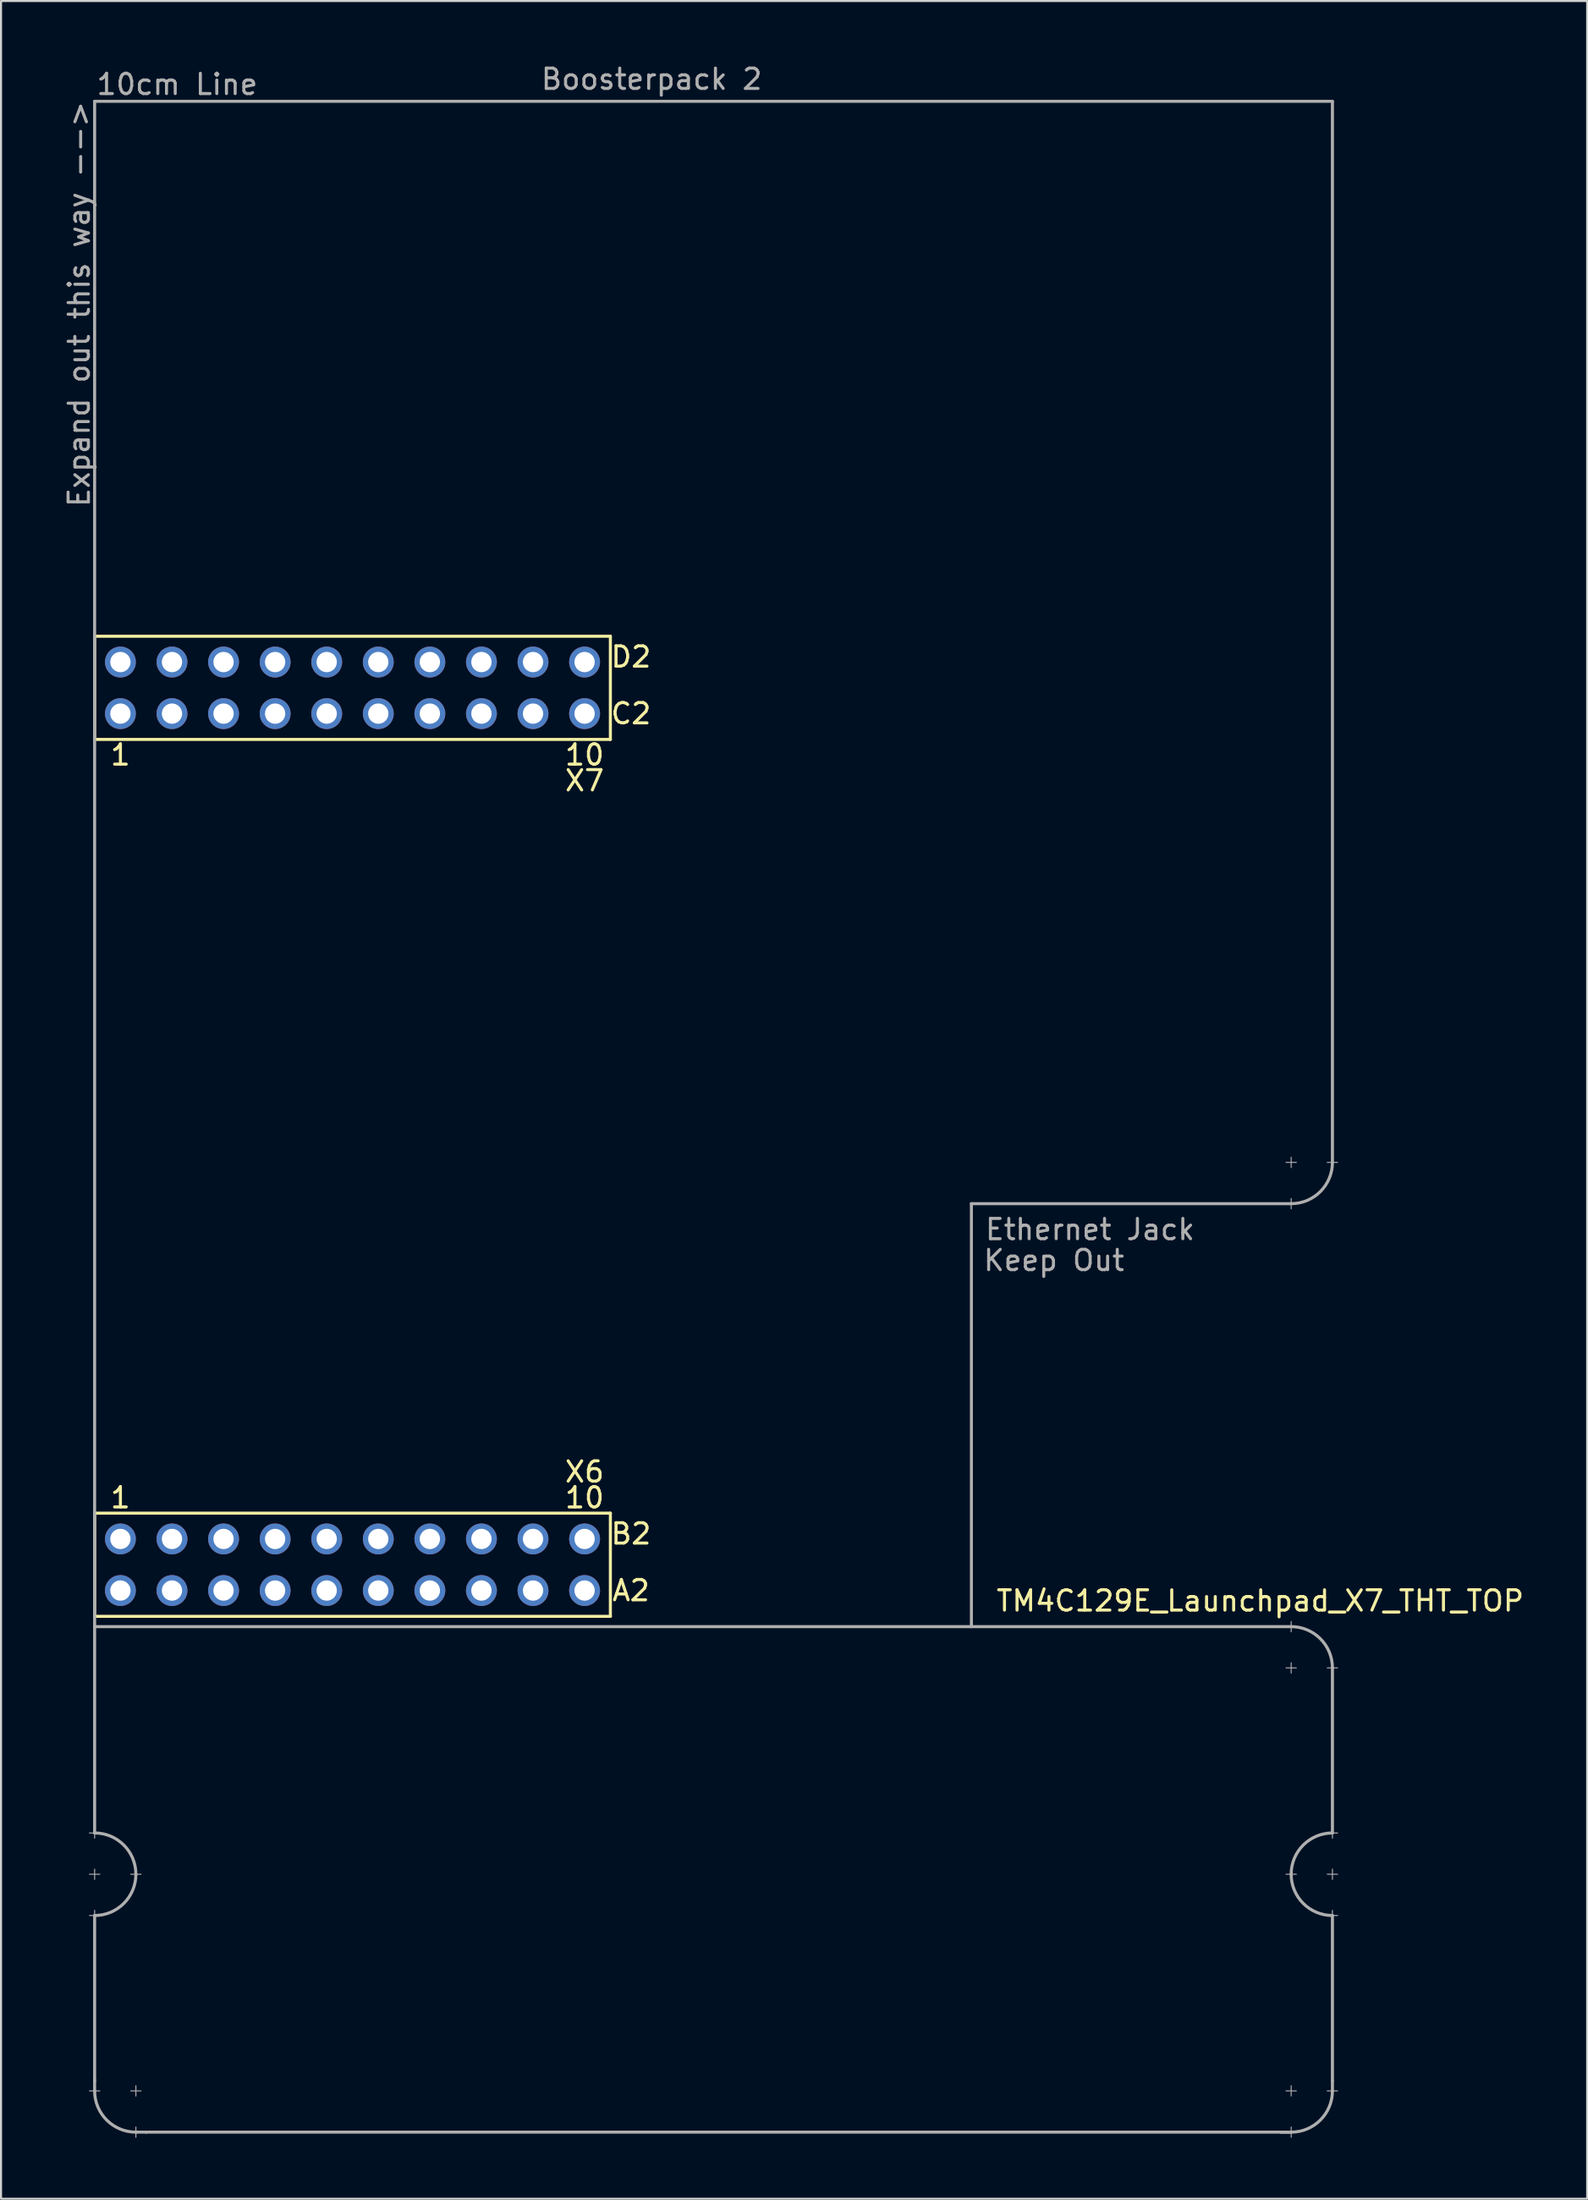
<source format=kicad_pcb>
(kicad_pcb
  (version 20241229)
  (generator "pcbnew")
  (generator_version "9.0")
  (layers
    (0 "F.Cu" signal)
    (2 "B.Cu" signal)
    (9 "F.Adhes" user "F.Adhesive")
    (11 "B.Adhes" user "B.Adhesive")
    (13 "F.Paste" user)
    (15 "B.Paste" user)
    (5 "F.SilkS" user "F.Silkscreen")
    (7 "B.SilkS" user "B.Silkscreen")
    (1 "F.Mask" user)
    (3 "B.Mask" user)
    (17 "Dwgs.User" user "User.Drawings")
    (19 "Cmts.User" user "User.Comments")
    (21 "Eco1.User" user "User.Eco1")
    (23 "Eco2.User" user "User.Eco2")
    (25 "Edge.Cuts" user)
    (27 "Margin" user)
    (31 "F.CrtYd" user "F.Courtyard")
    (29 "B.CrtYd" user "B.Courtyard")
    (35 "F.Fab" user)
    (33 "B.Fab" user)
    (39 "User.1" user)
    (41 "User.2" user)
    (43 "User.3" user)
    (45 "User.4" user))
  (footprint "TM4C129E_Launchpad_X7_THT_TOP"
    (layer "F.Cu")
    (at 1.61 76.54)
    (property "Reference" "TM4C129E_Launchpad_X7_THT_TOP" (at 57.404 -0.762 180) (layer "F.SilkS") (effects (font (size 1 1) (thickness 0.15))))
    (attr through_hole)
    (fp_line (start 0 -48.26) (end 0 -43.18) (stroke (width 0.15) (type solid)) (layer "F.SilkS"))
    (fp_line (start 0 -43.18) (end 25.4 -43.18) (stroke (width 0.15) (type solid)) (layer "F.SilkS"))
    (fp_line (start 0 -5.08) (end 0 0) (stroke (width 0.15) (type solid)) (layer "F.SilkS"))
    (fp_line (start 0 0) (end 25.4 0) (stroke (width 0.15) (type solid)) (layer "F.SilkS"))
    (fp_line (start 25.4 -48.26) (end 0 -48.26) (stroke (width 0.15) (type solid)) (layer "F.SilkS"))
    (fp_line (start 25.4 -43.18) (end 25.4 -48.26) (stroke (width 0.15) (type solid)) (layer "F.SilkS"))
    (fp_line (start 25.4 -5.08) (end 0 -5.08) (stroke (width 0.15) (type solid)) (layer "F.SilkS"))
    (fp_line (start 25.4 0) (end 25.4 -5.08) (stroke (width 0.15) (type solid)) (layer "F.SilkS"))
    (fp_line (start 0 -74.6) (end 60.96 -74.6) (stroke (width 0.15) (type solid)) (layer "F.Fab"))
    (fp_line (start 0 0) (end 0 -74.6) (stroke (width 0.15) (type solid)) (layer "F.Fab"))
    (fp_line (start 0 0) (end 0 10.668) (stroke (width 0.15) (type solid)) (layer "F.Fab"))
    (fp_line (start 0 0.508) (end 58.928 0.508) (stroke (width 0.15) (type solid)) (layer "F.Fab"))
    (fp_line (start 0 10.922) (end 0 10.414) (stroke (width 0.05) (type solid)) (layer "F.Fab"))
    (fp_line (start 0 12.954) (end 0 12.446) (stroke (width 0.05) (type solid)) (layer "F.Fab"))
    (fp_line (start 0 14.732) (end 0 22.86) (stroke (width 0.15) (type solid)) (layer "F.Fab"))
    (fp_line (start 0 14.986) (end 0 14.478) (stroke (width 0.05) (type solid)) (layer "F.Fab"))
    (fp_line (start 0 23.368) (end 0 22.835) (stroke (width 0.15) (type solid)) (layer "F.Fab"))
    (fp_line (start 0.254 10.668) (end -0.254 10.668) (stroke (width 0.05) (type solid)) (layer "F.Fab"))
    (fp_line (start 0.254 12.7) (end -0.254 12.7) (stroke (width 0.05) (type solid)) (layer "F.Fab"))
    (fp_line (start 0.254 14.732) (end -0.254 14.732) (stroke (width 0.05) (type solid)) (layer "F.Fab"))
    (fp_line (start 0.254 23.368) (end -0.254 23.368) (stroke (width 0.05) (type solid)) (layer "F.Fab"))
    (fp_line (start 2.032 23.622) (end 2.032 23.114) (stroke (width 0.05) (type solid)) (layer "F.Fab"))
    (fp_line (start 2.032 25.4) (end 2.54 25.4) (stroke (width 0.15) (type solid)) (layer "F.Fab"))
    (fp_line (start 2.032 25.654) (end 2.032 25.146) (stroke (width 0.05) (type solid)) (layer "F.Fab"))
    (fp_line (start 2.286 12.7) (end 1.778 12.7) (stroke (width 0.05) (type solid)) (layer "F.Fab"))
    (fp_line (start 2.286 23.368) (end 1.778 23.368) (stroke (width 0.05) (type solid)) (layer "F.Fab"))
    (fp_line (start 43.18 -20.32) (end 43.18 0.508) (stroke (width 0.15) (type solid)) (layer "F.Fab"))
    (fp_line (start 58.42 25.4) (end 58.928 25.4) (stroke (width 0.15) (type solid)) (layer "F.Fab"))
    (fp_line (start 58.674 -22.352) (end 59.182 -22.352) (stroke (width 0.05) (type solid)) (layer "F.Fab"))
    (fp_line (start 58.928 -22.098) (end 58.928 -22.606) (stroke (width 0.05) (type solid)) (layer "F.Fab"))
    (fp_line (start 58.928 -20.32) (end 43.18 -20.32) (stroke (width 0.15) (type solid)) (layer "F.Fab"))
    (fp_line (start 58.928 -20.066) (end 58.928 -20.574) (stroke (width 0.05) (type solid)) (layer "F.Fab"))
    (fp_line (start 58.928 0.762) (end 58.928 0.254) (stroke (width 0.05) (type solid)) (layer "F.Fab"))
    (fp_line (start 58.928 2.794) (end 58.928 2.286) (stroke (width 0.05) (type solid)) (layer "F.Fab"))
    (fp_line (start 58.928 23.622) (end 58.928 23.114) (stroke (width 0.05) (type solid)) (layer "F.Fab"))
    (fp_line (start 58.928 25.4) (end 2.54 25.4) (stroke (width 0.15) (type solid)) (layer "F.Fab"))
    (fp_line (start 58.928 25.654) (end 58.928 25.146) (stroke (width 0.05) (type solid)) (layer "F.Fab"))
    (fp_line (start 59.182 2.54) (end 58.674 2.54) (stroke (width 0.05) (type solid)) (layer "F.Fab"))
    (fp_line (start 59.182 12.7) (end 58.674 12.7) (stroke (width 0.05) (type solid)) (layer "F.Fab"))
    (fp_line (start 59.182 23.368) (end 58.674 23.368) (stroke (width 0.05) (type solid)) (layer "F.Fab"))
    (fp_line (start 60.706 -22.352) (end 61.214 -22.352) (stroke (width 0.05) (type solid)) (layer "F.Fab"))
    (fp_line (start 60.96 -74.6) (end 60.96 -22.352) (stroke (width 0.15) (type solid)) (layer "F.Fab"))
    (fp_line (start 60.96 2.54) (end 60.96 10.668) (stroke (width 0.15) (type solid)) (layer "F.Fab"))
    (fp_line (start 60.96 10.922) (end 60.96 10.414) (stroke (width 0.05) (type solid)) (layer "F.Fab"))
    (fp_line (start 60.96 12.954) (end 60.96 12.446) (stroke (width 0.05) (type solid)) (layer "F.Fab"))
    (fp_line (start 60.96 14.732) (end 60.96 22.86) (stroke (width 0.15) (type solid)) (layer "F.Fab"))
    (fp_line (start 60.96 14.986) (end 60.96 14.478) (stroke (width 0.05) (type solid)) (layer "F.Fab"))
    (fp_line (start 60.96 23.368) (end 60.96 22.86) (stroke (width 0.15) (type solid)) (layer "F.Fab"))
    (fp_line (start 61.214 2.54) (end 60.706 2.54) (stroke (width 0.05) (type solid)) (layer "F.Fab"))
    (fp_line (start 61.214 10.668) (end 60.706 10.668) (stroke (width 0.05) (type solid)) (layer "F.Fab"))
    (fp_line (start 61.214 12.7) (end 60.706 12.7) (stroke (width 0.05) (type solid)) (layer "F.Fab"))
    (fp_line (start 61.214 14.732) (end 60.706 14.732) (stroke (width 0.05) (type solid)) (layer "F.Fab"))
    (fp_line (start 61.214 23.368) (end 60.706 23.368) (stroke (width 0.05) (type solid)) (layer "F.Fab"))
    (fp_arc (start 0 10.668) (mid 1.436841 11.263159) (end 2.032 12.7) (stroke (width 0.15) (type solid)) (layer "F.Fab"))
    (fp_arc (start 2.032 12.7) (mid 1.436841 14.136841) (end 0 14.732) (stroke (width 0.15) (type solid)) (layer "F.Fab"))
    (fp_arc (start 2.032 25.4) (mid 0.595159 24.804841) (end 0 23.368) (stroke (width 0.15) (type solid)) (layer "F.Fab"))
    (fp_arc (start 58.928 0.508) (mid 60.364841 1.103159) (end 60.96 2.54) (stroke (width 0.15) (type solid)) (layer "F.Fab"))
    (fp_arc (start 58.928 12.7) (mid 59.523159 11.263159) (end 60.96 10.668) (stroke (width 0.15) (type solid)) (layer "F.Fab"))
    (fp_arc (start 60.96 -22.352) (mid 60.364841 -20.915159) (end 58.928 -20.32) (stroke (width 0.15) (type solid)) (layer "F.Fab"))
    (fp_arc (start 60.96 14.732) (mid 59.523159 14.136841) (end 58.928 12.7) (stroke (width 0.15) (type solid)) (layer "F.Fab"))
    (fp_arc (start 60.96 23.368) (mid 60.364841 24.804841) (end 58.928 25.4) (stroke (width 0.15) (type solid)) (layer "F.Fab"))
    (fp_text user "X6" (at 24.13 -7.112 0) (layer "F.SilkS") (effects (font (size 1 1) (thickness 0.15))))
    (fp_text user "A2" (at 26.416 -1.27 180) (layer "F.SilkS") (effects (font (size 1 1) (thickness 0.15))))
    (fp_text user "D2" (at 26.416 -47.244 0) (layer "F.SilkS") (effects (font (size 1 1) (thickness 0.15))))
    (fp_text user "C2" (at 26.416 -44.45 180) (layer "F.SilkS") (effects (font (size 1 1) (thickness 0.15))))
    (fp_text user "1" (at 1.27 -42.418 180) (layer "F.SilkS") (effects (font (size 1 1) (thickness 0.15))))
    (fp_text user "10" (at 24.13 -42.418 180) (layer "F.SilkS") (effects (font (size 1 1) (thickness 0.15))))
    (fp_text user "B2" (at 26.416 -4.064 180) (layer "F.SilkS") (effects (font (size 1 1) (thickness 0.15))))
    (fp_text user "X7" (at 24.13 -41.148 180) (layer "F.SilkS") (effects (font (size 1 1) (thickness 0.15))))
    (fp_text user "1" (at 1.27 -5.842 180) (layer "F.SilkS") (effects (font (size 1 1) (thickness 0.15))))
    (fp_text user "10" (at 24.13 -5.842 180) (layer "F.SilkS") (effects (font (size 1 1) (thickness 0.15))))
    (fp_text user "Boosterpack 2" (at 27.432 -75.692 0) (layer "F.Fab") (effects (font (size 1 1) (thickness 0.15))))
    (fp_text user "Expand out this way -->" (at -0.762 -64.618 90) (layer "F.Fab") (effects (font (size 1 1) (thickness 0.15))))
    (fp_text user "Ethernet Jack" (at 49.022 -19.05 0) (layer "F.Fab") (effects (font (size 1 1) (thickness 0.15))))
    (fp_text user "Keep Out" (at 47.244 -17.526 0) (layer "F.Fab") (effects (font (size 1 1) (thickness 0.15))))
    (fp_text user "10cm Line" (at 4.064 -75.438 0) (layer "F.Fab") (effects (font (size 1 1) (thickness 0.15))))
    (pad "+3V3" thru_hole circle (at 1.27 -1.27 180) (size 1.52 1.52) (drill 1) (layers "*.Cu" "*.Mask" "F.Paste"))
    (pad "+5V" thru_hole circle (at 1.27 -3.81 180) (size 1.52 1.52) (drill 1) (layers "*.Cu" "*.Mask" "F.Paste"))
    (pad "GND" thru_hole circle (at 1.27 -46.99 180) (size 1.52 1.52) (drill 1) (layers "*.Cu" "*.Mask" "F.Paste"))
    (pad "GND" thru_hole circle (at 3.81 -3.81 180) (size 1.52 1.52) (drill 1) (layers "*.Cu" "*.Mask" "F.Paste"))
    (pad "PA4" thru_hole circle (at 21.59 -3.81 180) (size 1.52 1.52) (drill 1) (layers "*.Cu" "*.Mask" "F.Paste"))
    (pad "PA5" thru_hole circle (at 24.13 -3.81 180) (size 1.52 1.52) (drill 1) (layers "*.Cu" "*.Mask" "F.Paste"))
    (pad "PA7" thru_hole circle (at 8.89 -46.99 180) (size 1.52 1.52) (drill 1) (layers "*.Cu" "*.Mask" "F.Paste"))
    (pad "PB4" thru_hole circle (at 6.35 -3.81 180) (size 1.52 1.52) (drill 1) (layers "*.Cu" "*.Mask" "F.Paste"))
    (pad "PB5" thru_hole circle (at 8.89 -3.81 180) (size 1.52 1.52) (drill 1) (layers "*.Cu" "*.Mask" "F.Paste"))
    (pad "PD2" thru_hole circle (at 3.81 -1.27 180) (size 1.52 1.52) (drill 1) (layers "*.Cu" "*.Mask" "F.Paste"))
    (pad "PD4" thru_hole circle (at 11.43 -1.27 180) (size 1.52 1.52) (drill 1) (layers "*.Cu" "*.Mask" "F.Paste"))
    (pad "PD5" thru_hole circle (at 13.97 -1.27 180) (size 1.52 1.52) (drill 1) (layers "*.Cu" "*.Mask" "F.Paste"))
    (pad "PG1" thru_hole circle (at 1.27 -44.45 180) (size 1.52 1.52) (drill 1) (layers "*.Cu" "*.Mask" "F.Paste"))
    (pad "PH0" thru_hole circle (at 16.51 -44.45 180) (size 1.52 1.52) (drill 1) (layers "*.Cu" "*.Mask" "F.Paste"))
    (pad "PH1" thru_hole circle (at 19.05 -44.45 180) (size 1.52 1.52) (drill 1) (layers "*.Cu" "*.Mask" "F.Paste"))
    (pad "PK0" thru_hole circle (at 11.43 -3.81 180) (size 1.52 1.52) (drill 1) (layers "*.Cu" "*.Mask" "F.Paste"))
    (pad "PK1" thru_hole circle (at 13.97 -3.81 180) (size 1.52 1.52) (drill 1) (layers "*.Cu" "*.Mask" "F.Paste"))
    (pad "PK2" thru_hole circle (at 16.51 -3.81 180) (size 1.52 1.52) (drill 1) (layers "*.Cu" "*.Mask" "F.Paste"))
    (pad "PK3" thru_hole circle (at 19.05 -3.81 180) (size 1.52 1.52) (drill 1) (layers "*.Cu" "*.Mask" "F.Paste"))
    (pad "PK4" thru_hole circle (at 3.81 -44.45 180) (size 1.52 1.52) (drill 1) (layers "*.Cu" "*.Mask" "F.Paste"))
    (pad "PK5" thru_hole circle (at 6.35 -44.45 180) (size 1.52 1.52) (drill 1) (layers "*.Cu" "*.Mask" "F.Paste"))
    (pad "PK6" thru_hole circle (at 21.59 -44.45 180) (size 1.52 1.52) (drill 1) (layers "*.Cu" "*.Mask" "F.Paste"))
    (pad "PK7" thru_hole circle (at 24.13 -44.45 180) (size 1.52 1.52) (drill 1) (layers "*.Cu" "*.Mask" "F.Paste"))
    (pad "PM0" thru_hole circle (at 8.89 -44.45 180) (size 1.52 1.52) (drill 1) (layers "*.Cu" "*.Mask" "F.Paste"))
    (pad "PM1" thru_hole circle (at 11.43 -44.45 180) (size 1.52 1.52) (drill 1) (layers "*.Cu" "*.Mask" "F.Paste"))
    (pad "PM2" thru_hole circle (at 13.97 -44.45 180) (size 1.52 1.52) (drill 1) (layers "*.Cu" "*.Mask" "F.Paste"))
    (pad "PM6" thru_hole circle (at 24.13 -46.99 180) (size 1.52 1.52) (drill 1) (layers "*.Cu" "*.Mask" "F.Paste"))
    (pad "PM7" thru_hole circle (at 3.81 -46.99 180) (size 1.52 1.52) (drill 1) (layers "*.Cu" "*.Mask" "F.Paste"))
    (pad "PN4" thru_hole circle (at 24.13 -1.27 180) (size 1.52 1.52) (drill 1) (layers "*.Cu" "*.Mask" "F.Paste"))
    (pad "PN5" thru_hole circle (at 21.59 -1.27 180) (size 1.52 1.52) (drill 1) (layers "*.Cu" "*.Mask" "F.Paste"))
    (pad "PP0" thru_hole circle (at 6.35 -1.27 180) (size 1.52 1.52) (drill 1) (layers "*.Cu" "*.Mask" "F.Paste"))
    (pad "PP1" thru_hole circle (at 8.89 -1.27 180) (size 1.52 1.52) (drill 1) (layers "*.Cu" "*.Mask" "F.Paste"))
    (pad "PP3" thru_hole circle (at 19.05 -46.99 180) (size 1.52 1.52) (drill 1) (layers "*.Cu" "*.Mask" "F.Paste"))
    (pad "PP4" thru_hole circle (at 19.05 -1.27 180) (size 1.52 1.52) (drill 1) (layers "*.Cu" "*.Mask" "F.Paste"))
    (pad "PP5" thru_hole circle (at 6.35 -46.99 180) (size 1.52 1.52) (drill 1) (layers "*.Cu" "*.Mask" "F.Paste"))
    (pad "PQ0" thru_hole circle (at 16.51 -1.27 180) (size 1.52 1.52) (drill 1) (layers "*.Cu" "*.Mask" "F.Paste"))
    (pad "PQ1" thru_hole circle (at 21.59 -46.99 180) (size 1.52 1.52) (drill 1) (layers "*.Cu" "*.Mask" "F.Paste"))
    (pad "PQ2" thru_hole circle (at 13.97 -46.99 180) (size 1.52 1.52) (drill 1) (layers "*.Cu" "*.Mask" "F.Paste"))
    (pad "PQ3" thru_hole circle (at 16.51 -46.99 180) (size 1.52 1.52) (drill 1) (layers "*.Cu" "*.Mask" "F.Paste"))
    (pad "Rese" thru_hole circle (at 11.43 -46.99 180) (size 1.52 1.52) (drill 1) (layers "*.Cu" "*.Mask" "F.Paste")))
  (gr_rect
    (start -3 -3)
    (end 75.115 105.219)
    (stroke (width 0.1) (type default))
    (fill no)
    (layer "Edge.Cuts")))
</source>
